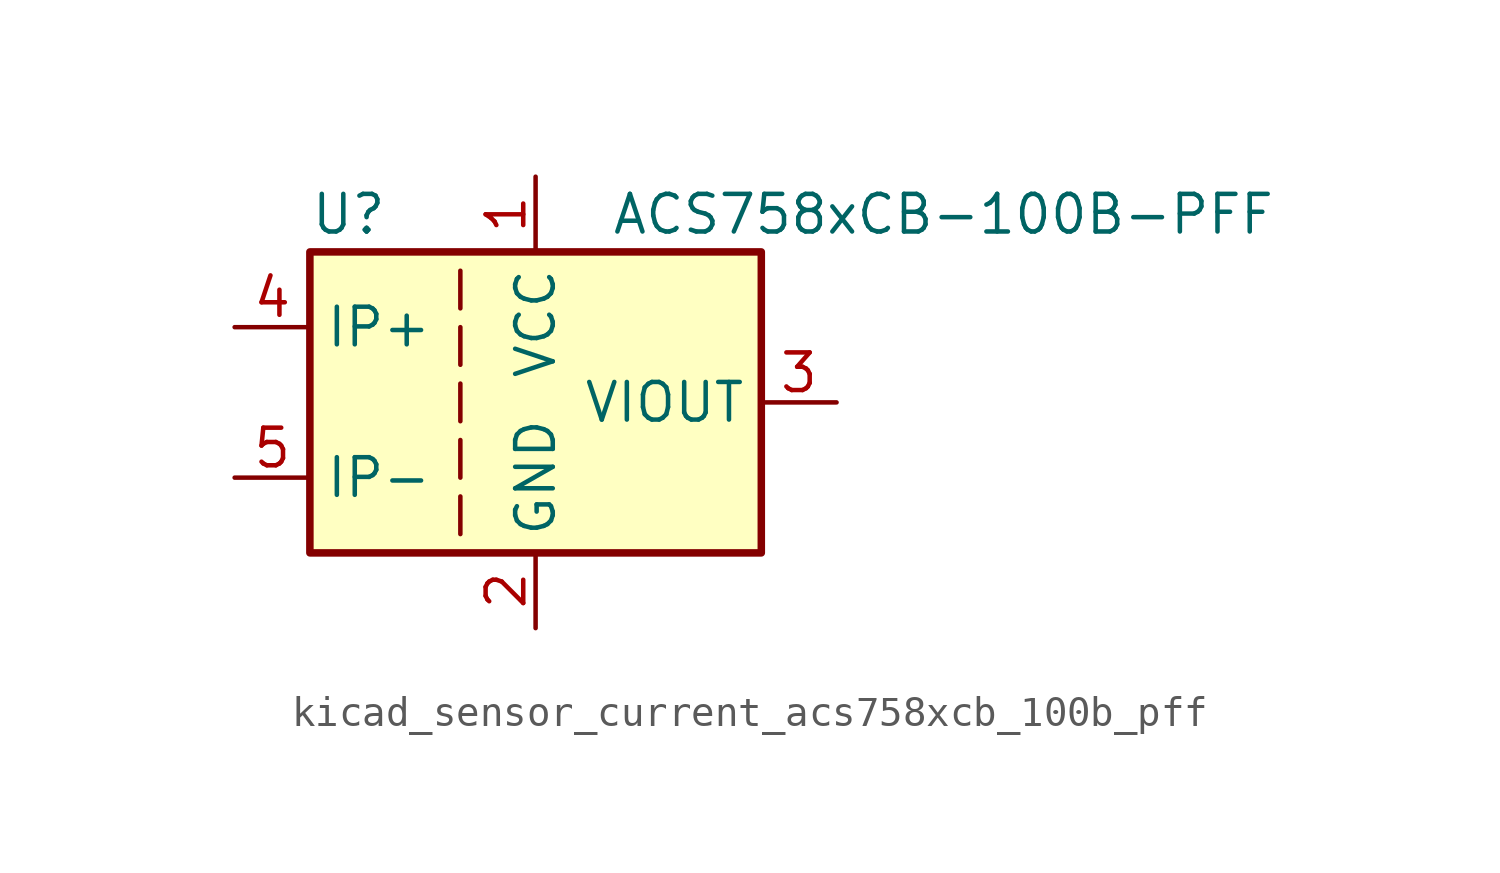
<source format=kicad_sym>
(kicad_symbol_lib
  (version 20220914)
  (generator kicad_symbol_editor)
  (symbol "kicad_sensor_current_acs758xcb_100b_pff"
    (property "Reference" "U"
      (at -7.62 6.35 0)
      (effects (font (size 1.27 1.27)) (justify left)))
    (property "Value" "ACS758xCB-100B-PFF"
      (at 2.54 6.35 0)
      (effects (font (size 1.27 1.27)) (justify left)))
    (symbol "kicad_sensor_current_acs758xcb_100b_pff_0_1"
      (rectangle (start -7.62 5.08) (end 7.62 -5.08) (stroke (width 0.254) (type default)) (fill (type background)))
      (polyline (pts (xy -2.54 -3.175) (xy -2.54 -4.445)) (stroke (width 0) (type default)) (fill (type none)))
      (polyline (pts (xy -2.54 -1.27) (xy -2.54 -2.54)) (stroke (width 0) (type default)) (fill (type none)))
      (polyline (pts (xy -2.54 0.635) (xy -2.54 -0.635)) (stroke (width 0) (type default)) (fill (type none)))
      (polyline (pts (xy -2.54 1.27) (xy -2.54 2.54)) (stroke (width 0) (type default)) (fill (type none)))
      (polyline (pts (xy -2.54 3.175) (xy -2.54 4.445)) (stroke (width 0) (type default)) (fill (type none))))
    (symbol "kicad_sensor_current_acs758xcb_100b_pff_1_1"
      (pin power_in line (at 0 7.62 270) (length 2.54) (name "VCC" (effects (font (size 1.27 1.27)))) (number "1" (effects (font (size 1.27 1.27)))))
      (pin power_in line (at 0 -7.62 90) (length 2.54) (name "GND" (effects (font (size 1.27 1.27)))) (number "2" (effects (font (size 1.27 1.27)))))
      (pin output line (at 10.16 0 180) (length 2.54) (name "VIOUT" (effects (font (size 1.27 1.27)))) (number "3" (effects (font (size 1.27 1.27)))))
      (pin passive line (at -10.16 2.54 0) (length 2.54) (name "IP+" (effects (font (size 1.27 1.27)))) (number "4" (effects (font (size 1.27 1.27)))))
      (pin passive line (at -10.16 -2.54 0) (length 2.54) (name "IP-" (effects (font (size 1.27 1.27)))) (number "5" (effects (font (size 1.27 1.27))))))))
</source>
